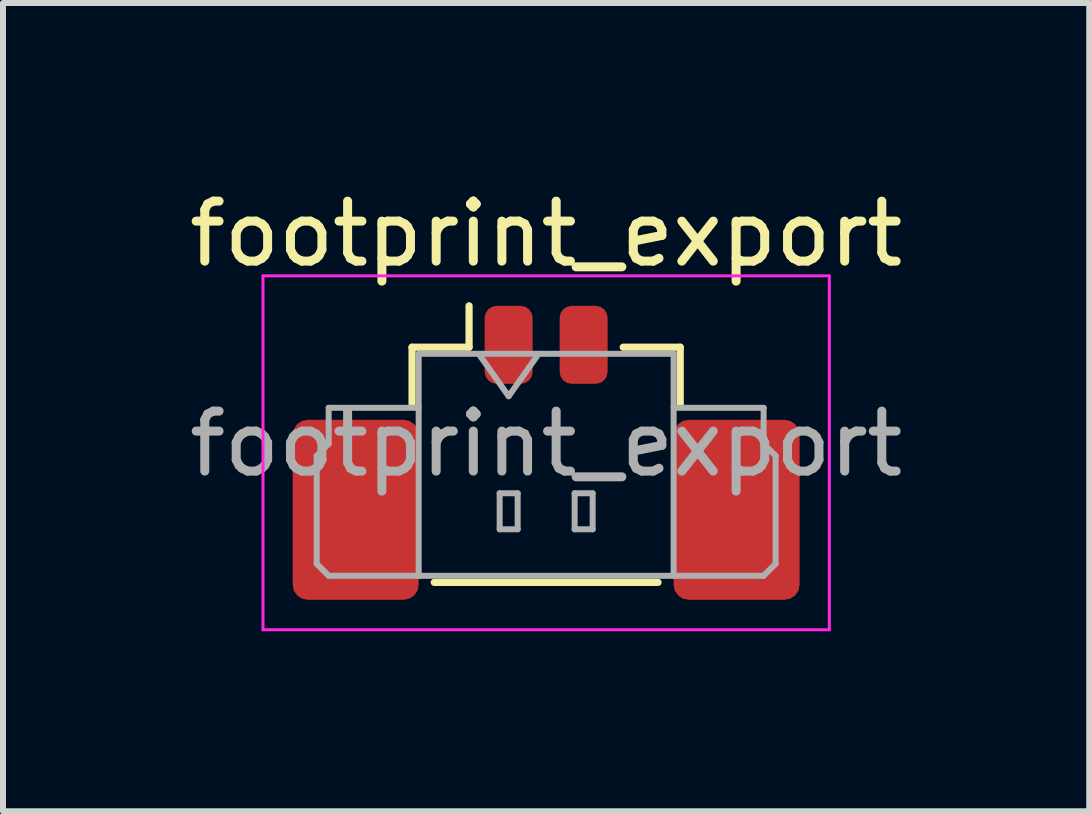
<source format=kicad_pcb>
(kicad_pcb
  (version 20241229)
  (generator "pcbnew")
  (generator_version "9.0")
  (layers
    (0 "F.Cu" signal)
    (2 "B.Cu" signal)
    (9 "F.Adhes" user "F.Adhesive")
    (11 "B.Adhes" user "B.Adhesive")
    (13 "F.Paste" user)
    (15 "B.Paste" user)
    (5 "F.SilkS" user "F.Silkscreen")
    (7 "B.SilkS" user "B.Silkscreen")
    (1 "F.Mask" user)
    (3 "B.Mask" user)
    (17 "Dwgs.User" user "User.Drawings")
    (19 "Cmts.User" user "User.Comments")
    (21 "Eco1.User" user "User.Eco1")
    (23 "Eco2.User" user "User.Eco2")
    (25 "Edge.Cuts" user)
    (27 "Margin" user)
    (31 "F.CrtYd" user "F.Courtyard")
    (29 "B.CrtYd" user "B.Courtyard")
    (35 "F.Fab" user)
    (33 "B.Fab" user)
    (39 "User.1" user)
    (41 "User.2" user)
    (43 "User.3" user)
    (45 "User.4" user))
  (footprint "footprint_export"
    (layer "F.Cu")
    (at 6.054 3.948)
    (property "Reference" "footprint_export" (at 0 -3.1 0) (layer "F.SilkS") (effects (font (size 1 1) (thickness 0.15))))
    (attr smd)
    (fp_line (start -2.235 -1.21) (end -1.285 -1.21) (stroke (width 0.12) (type solid)) (layer "F.SilkS"))
    (fp_line (start -2.235 -0.26) (end -2.235 -1.21) (stroke (width 0.12) (type solid)) (layer "F.SilkS"))
    (fp_line (start -1.865 2.71) (end 1.865 2.71) (stroke (width 0.12) (type solid)) (layer "F.SilkS"))
    (fp_line (start -1.285 -1.21) (end -1.285 -1.9) (stroke (width 0.12) (type solid)) (layer "F.SilkS"))
    (fp_line (start 2.235 -1.21) (end 1.285 -1.21) (stroke (width 0.12) (type solid)) (layer "F.SilkS"))
    (fp_line (start 2.235 -0.26) (end 2.235 -1.21) (stroke (width 0.12) (type solid)) (layer "F.SilkS"))
    (fp_line (start -4.72 -2.4) (end -4.72 3.5) (stroke (width 0.05) (type solid)) (layer "F.CrtYd"))
    (fp_line (start -4.72 3.5) (end 4.72 3.5) (stroke (width 0.05) (type solid)) (layer "F.CrtYd"))
    (fp_line (start 4.72 -2.4) (end -4.72 -2.4) (stroke (width 0.05) (type solid)) (layer "F.CrtYd"))
    (fp_line (start 4.72 3.5) (end 4.72 -2.4) (stroke (width 0.05) (type solid)) (layer "F.CrtYd"))
    (fp_line (start -3.825 0.6) (end -3.625 0.4) (stroke (width 0.1) (type solid)) (layer "F.Fab"))
    (fp_line (start -3.825 2.4) (end -3.825 0.6) (stroke (width 0.1) (type solid)) (layer "F.Fab"))
    (fp_line (start -3.625 -0.2) (end -2.125 -0.2) (stroke (width 0.1) (type solid)) (layer "F.Fab"))
    (fp_line (start -3.625 0.4) (end -3.625 -0.2) (stroke (width 0.1) (type solid)) (layer "F.Fab"))
    (fp_line (start -3.625 2.6) (end -3.825 2.4) (stroke (width 0.1) (type solid)) (layer "F.Fab"))
    (fp_line (start -2.125 -1.1) (end -2.125 2.6) (stroke (width 0.1) (type solid)) (layer "F.Fab"))
    (fp_line (start -2.125 -1.1) (end 2.125 -1.1) (stroke (width 0.1) (type solid)) (layer "F.Fab"))
    (fp_line (start -2.125 2.6) (end -3.625 2.6) (stroke (width 0.1) (type solid)) (layer "F.Fab"))
    (fp_line (start -2.125 2.6) (end 2.125 2.6) (stroke (width 0.1) (type solid)) (layer "F.Fab"))
    (fp_line (start -1.125 -1.1) (end -0.625 -0.393) (stroke (width 0.1) (type solid)) (layer "F.Fab"))
    (fp_line (start -0.775 1.225) (end -0.775 1.825) (stroke (width 0.1) (type solid)) (layer "F.Fab"))
    (fp_line (start -0.775 1.825) (end -0.475 1.825) (stroke (width 0.1) (type solid)) (layer "F.Fab"))
    (fp_line (start -0.625 -0.393) (end -0.125 -1.1) (stroke (width 0.1) (type solid)) (layer "F.Fab"))
    (fp_line (start -0.475 1.225) (end -0.775 1.225) (stroke (width 0.1) (type solid)) (layer "F.Fab"))
    (fp_line (start -0.475 1.825) (end -0.475 1.225) (stroke (width 0.1) (type solid)) (layer "F.Fab"))
    (fp_line (start 0.475 1.225) (end 0.475 1.825) (stroke (width 0.1) (type solid)) (layer "F.Fab"))
    (fp_line (start 0.475 1.825) (end 0.775 1.825) (stroke (width 0.1) (type solid)) (layer "F.Fab"))
    (fp_line (start 0.775 1.225) (end 0.475 1.225) (stroke (width 0.1) (type solid)) (layer "F.Fab"))
    (fp_line (start 0.775 1.825) (end 0.775 1.225) (stroke (width 0.1) (type solid)) (layer "F.Fab"))
    (fp_line (start 2.125 -1.1) (end 2.125 2.6) (stroke (width 0.1) (type solid)) (layer "F.Fab"))
    (fp_line (start 2.125 2.6) (end 3.625 2.6) (stroke (width 0.1) (type solid)) (layer "F.Fab"))
    (fp_line (start 3.625 -0.2) (end 2.125 -0.2) (stroke (width 0.1) (type solid)) (layer "F.Fab"))
    (fp_line (start 3.625 0.4) (end 3.625 -0.2) (stroke (width 0.1) (type solid)) (layer "F.Fab"))
    (fp_line (start 3.625 2.6) (end 3.825 2.4) (stroke (width 0.1) (type solid)) (layer "F.Fab"))
    (fp_line (start 3.825 0.6) (end 3.625 0.4) (stroke (width 0.1) (type solid)) (layer "F.Fab"))
    (fp_line (start 3.825 2.4) (end 3.825 0.6) (stroke (width 0.1) (type solid)) (layer "F.Fab"))
    (fp_text user "${REFERENCE}" (at 0 0.4 0) (layer "F.Fab") (effects (font (size 1 1) (thickness 0.15))))
    (pad "1" smd roundrect (at -0.625 -1.25) (size 0.8 1.3) (layers "F.Cu" "F.Mask" "F.Paste") (roundrect_rratio 0.25))
    (pad "2" smd roundrect (at 0.625 -1.25) (size 0.8 1.3) (layers "F.Cu" "F.Mask" "F.Paste") (roundrect_rratio 0.25))
    (pad "MP" smd roundrect (at -3.175 1.5) (size 2.1 3) (layers "F.Cu" "F.Mask" "F.Paste") (roundrect_rratio 0.119))
    (pad "MP" smd roundrect (at 3.175 1.5) (size 2.1 3) (layers "F.Cu" "F.Mask" "F.Paste") (roundrect_rratio 0.119)))
  (gr_rect
    (start -3 -3)
    (end 15.107 10.473)
    (stroke (width 0.1) (type default))
    (fill no)
    (layer "Edge.Cuts")))
</source>
